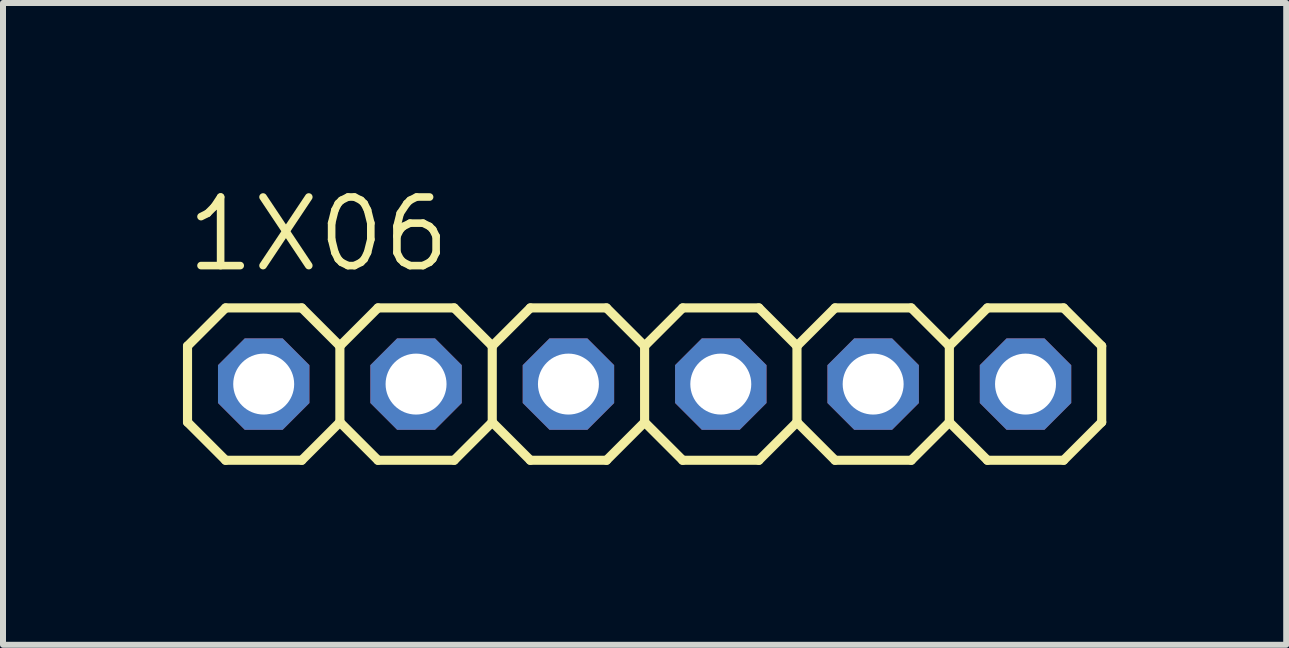
<source format=kicad_pcb>
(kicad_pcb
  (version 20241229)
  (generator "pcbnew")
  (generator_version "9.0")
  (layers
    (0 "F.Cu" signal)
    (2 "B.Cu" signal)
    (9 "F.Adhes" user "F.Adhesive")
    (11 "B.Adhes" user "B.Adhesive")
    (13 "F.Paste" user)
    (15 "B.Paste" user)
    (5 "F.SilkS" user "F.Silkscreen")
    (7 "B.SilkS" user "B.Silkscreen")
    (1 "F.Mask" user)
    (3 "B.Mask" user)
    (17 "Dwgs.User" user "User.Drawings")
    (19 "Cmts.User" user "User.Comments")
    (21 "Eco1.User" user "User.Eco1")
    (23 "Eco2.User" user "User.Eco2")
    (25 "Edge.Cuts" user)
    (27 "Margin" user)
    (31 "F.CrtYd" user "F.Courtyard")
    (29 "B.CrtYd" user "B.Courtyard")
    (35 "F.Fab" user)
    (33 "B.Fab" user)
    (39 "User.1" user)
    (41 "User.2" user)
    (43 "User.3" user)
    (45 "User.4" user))
  (footprint "1X06"
    (layer "F.Cu")
    (at 7.696 3.353)
    (property "Reference" "1X06" (at -7.696 -1.829 0) (unlocked yes) (layer "F.SilkS") (effects (font (size 1.143 1.143) (thickness 0.127)) (justify left bottom)))
    (fp_line (start -7.62 -0.635) (end -7.62 0.635) (stroke (width 0.152) (type solid)) (layer "F.SilkS"))
    (fp_line (start -7.62 0.635) (end -6.985 1.27) (stroke (width 0.152) (type solid)) (layer "F.SilkS"))
    (fp_line (start -6.985 -1.27) (end -7.62 -0.635) (stroke (width 0.152) (type solid)) (layer "F.SilkS"))
    (fp_line (start -6.985 -1.27) (end -5.715 -1.27) (stroke (width 0.152) (type solid)) (layer "F.SilkS"))
    (fp_line (start -5.715 -1.27) (end -5.08 -0.635) (stroke (width 0.152) (type solid)) (layer "F.SilkS"))
    (fp_line (start -5.715 1.27) (end -6.985 1.27) (stroke (width 0.152) (type solid)) (layer "F.SilkS"))
    (fp_line (start -5.08 -0.635) (end -5.08 0.635) (stroke (width 0.152) (type solid)) (layer "F.SilkS"))
    (fp_line (start -5.08 -0.635) (end -4.445 -1.27) (stroke (width 0.152) (type solid)) (layer "F.SilkS"))
    (fp_line (start -5.08 0.635) (end -5.715 1.27) (stroke (width 0.152) (type solid)) (layer "F.SilkS"))
    (fp_line (start -4.445 -1.27) (end -3.175 -1.27) (stroke (width 0.152) (type solid)) (layer "F.SilkS"))
    (fp_line (start -4.445 1.27) (end -5.08 0.635) (stroke (width 0.152) (type solid)) (layer "F.SilkS"))
    (fp_line (start -3.175 -1.27) (end -2.54 -0.635) (stroke (width 0.152) (type solid)) (layer "F.SilkS"))
    (fp_line (start -3.175 1.27) (end -4.445 1.27) (stroke (width 0.152) (type solid)) (layer "F.SilkS"))
    (fp_line (start -2.54 -0.635) (end -2.54 0.635) (stroke (width 0.152) (type solid)) (layer "F.SilkS"))
    (fp_line (start -2.54 -0.635) (end -1.905 -1.27) (stroke (width 0.152) (type solid)) (layer "F.SilkS"))
    (fp_line (start -2.54 0.635) (end -3.175 1.27) (stroke (width 0.152) (type solid)) (layer "F.SilkS"))
    (fp_line (start -1.905 -1.27) (end -0.635 -1.27) (stroke (width 0.152) (type solid)) (layer "F.SilkS"))
    (fp_line (start -1.905 1.27) (end -2.54 0.635) (stroke (width 0.152) (type solid)) (layer "F.SilkS"))
    (fp_line (start -0.635 -1.27) (end 0 -0.635) (stroke (width 0.152) (type solid)) (layer "F.SilkS"))
    (fp_line (start -0.635 1.27) (end -1.905 1.27) (stroke (width 0.152) (type solid)) (layer "F.SilkS"))
    (fp_line (start 0 -0.635) (end 0 0.635) (stroke (width 0.152) (type solid)) (layer "F.SilkS"))
    (fp_line (start 0 0.635) (end -0.635 1.27) (stroke (width 0.152) (type solid)) (layer "F.SilkS"))
    (fp_line (start 0 0.635) (end 0.635 1.27) (stroke (width 0.152) (type solid)) (layer "F.SilkS"))
    (fp_line (start 0.635 -1.27) (end 0 -0.635) (stroke (width 0.152) (type solid)) (layer "F.SilkS"))
    (fp_line (start 0.635 -1.27) (end 1.905 -1.27) (stroke (width 0.152) (type solid)) (layer "F.SilkS"))
    (fp_line (start 1.905 -1.27) (end 2.54 -0.635) (stroke (width 0.152) (type solid)) (layer "F.SilkS"))
    (fp_line (start 1.905 1.27) (end 0.635 1.27) (stroke (width 0.152) (type solid)) (layer "F.SilkS"))
    (fp_line (start 2.54 -0.635) (end 2.54 0.635) (stroke (width 0.152) (type solid)) (layer "F.SilkS"))
    (fp_line (start 2.54 -0.635) (end 3.175 -1.27) (stroke (width 0.152) (type solid)) (layer "F.SilkS"))
    (fp_line (start 2.54 0.635) (end 1.905 1.27) (stroke (width 0.152) (type solid)) (layer "F.SilkS"))
    (fp_line (start 3.175 -1.27) (end 4.445 -1.27) (stroke (width 0.152) (type solid)) (layer "F.SilkS"))
    (fp_line (start 3.175 1.27) (end 2.54 0.635) (stroke (width 0.152) (type solid)) (layer "F.SilkS"))
    (fp_line (start 4.445 -1.27) (end 5.08 -0.635) (stroke (width 0.152) (type solid)) (layer "F.SilkS"))
    (fp_line (start 4.445 1.27) (end 3.175 1.27) (stroke (width 0.152) (type solid)) (layer "F.SilkS"))
    (fp_line (start 5.08 -0.635) (end 5.08 0.635) (stroke (width 0.152) (type solid)) (layer "F.SilkS"))
    (fp_line (start 5.08 0.635) (end 4.445 1.27) (stroke (width 0.152) (type solid)) (layer "F.SilkS"))
    (fp_line (start 5.08 0.635) (end 5.715 1.27) (stroke (width 0.152) (type solid)) (layer "F.SilkS"))
    (fp_line (start 5.715 -1.27) (end 5.08 -0.635) (stroke (width 0.152) (type solid)) (layer "F.SilkS"))
    (fp_line (start 5.715 -1.27) (end 6.985 -1.27) (stroke (width 0.152) (type solid)) (layer "F.SilkS"))
    (fp_line (start 6.985 -1.27) (end 7.62 -0.635) (stroke (width 0.152) (type solid)) (layer "F.SilkS"))
    (fp_line (start 6.985 1.27) (end 5.715 1.27) (stroke (width 0.152) (type solid)) (layer "F.SilkS"))
    (fp_line (start 7.62 -0.635) (end 7.62 0.635) (stroke (width 0.152) (type solid)) (layer "F.SilkS"))
    (fp_line (start 7.62 0.635) (end 6.985 1.27) (stroke (width 0.152) (type solid)) (layer "F.SilkS"))
    (fp_poly (pts (xy -6.604 0.254) (xy -6.096 0.254) (xy -6.096 -0.254) (xy -6.604 -0.254)) (stroke (width 0.1) (type default)) (fill no) (layer "F.Fab"))
    (fp_poly (pts (xy -4.064 0.254) (xy -3.556 0.254) (xy -3.556 -0.254) (xy -4.064 -0.254)) (stroke (width 0.1) (type default)) (fill no) (layer "F.Fab"))
    (fp_poly (pts (xy -1.524 0.254) (xy -1.016 0.254) (xy -1.016 -0.254) (xy -1.524 -0.254)) (stroke (width 0.1) (type default)) (fill no) (layer "F.Fab"))
    (fp_poly (pts (xy 1.016 0.254) (xy 1.524 0.254) (xy 1.524 -0.254) (xy 1.016 -0.254)) (stroke (width 0.1) (type default)) (fill no) (layer "F.Fab"))
    (fp_poly (pts (xy 3.556 0.254) (xy 4.064 0.254) (xy 4.064 -0.254) (xy 3.556 -0.254)) (stroke (width 0.1) (type default)) (fill no) (layer "F.Fab"))
    (fp_poly (pts (xy 6.096 0.254) (xy 6.604 0.254) (xy 6.604 -0.254) (xy 6.096 -0.254)) (stroke (width 0.1) (type default)) (fill no) (layer "F.Fab"))
    (pad "1" thru_hole roundrect (at -6.35 0 90) (size 1.524 1.524) (drill 1.016) (layers "*.Cu" "*.Mask") (roundrect_rratio 0.25) (chamfer_ratio 0.293) (chamfer top_left top_right bottom_left bottom_right))
    (pad "2" thru_hole roundrect (at -3.81 0 90) (size 1.524 1.524) (drill 1.016) (layers "*.Cu" "*.Mask") (roundrect_rratio 0.25) (chamfer_ratio 0.293) (chamfer top_left top_right bottom_left bottom_right))
    (pad "3" thru_hole roundrect (at -1.27 0 90) (size 1.524 1.524) (drill 1.016) (layers "*.Cu" "*.Mask") (roundrect_rratio 0.25) (chamfer_ratio 0.293) (chamfer top_left top_right bottom_left bottom_right))
    (pad "4" thru_hole roundrect (at 1.27 0 90) (size 1.524 1.524) (drill 1.016) (layers "*.Cu" "*.Mask") (roundrect_rratio 0.25) (chamfer_ratio 0.293) (chamfer top_left top_right bottom_left bottom_right))
    (pad "5" thru_hole roundrect (at 3.81 0 90) (size 1.524 1.524) (drill 1.016) (layers "*.Cu" "*.Mask") (roundrect_rratio 0.25) (chamfer_ratio 0.293) (chamfer top_left top_right bottom_left bottom_right))
    (pad "6" thru_hole roundrect (at 6.35 0 90) (size 1.524 1.524) (drill 1.016) (layers "*.Cu" "*.Mask") (roundrect_rratio 0.25) (chamfer_ratio 0.293) (chamfer top_left top_right bottom_left bottom_right)))
  (gr_rect
    (start -3 -3)
    (end 18.392 7.699)
    (stroke (width 0.1) (type default))
    (fill no)
    (layer "Edge.Cuts")))
</source>
